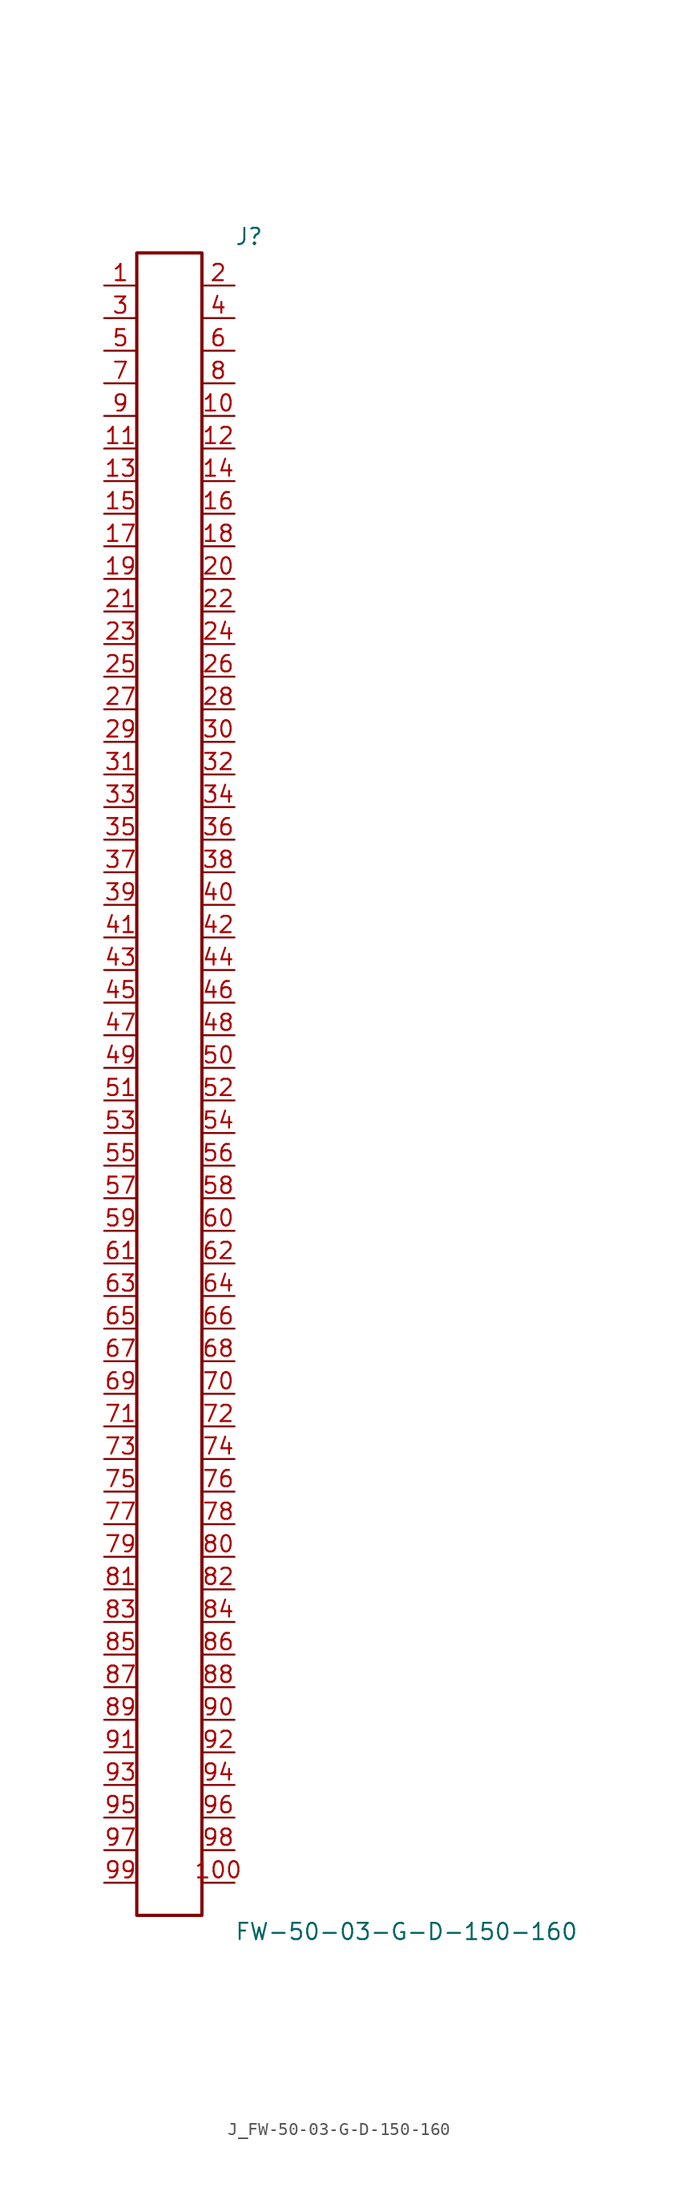
<source format=kicad_sym>
(kicad_symbol_lib
  (version 20231120)
  (generator kicad_symbol_editor)
  (generator_version 8.0)
  (symbol "J_FW-50-03-G-D-150-160"
    (pin_names
      (offset 0.254))
    (property "Reference" "J"
      (at 5.08 66.04 0)
      (effects (font (size 1.27 1.27)) (justify left)))
    (property "Value" "FW-50-03-G-D-150-160"
      (at 5.08 -66.04 0)
      (effects (font (size 1.27 1.27)) (justify left)))
    (symbol "J_FW-50-03-G-D-150-160_0_0"
      (pin passive line (at -5.08 62.23 0) (length 2.54) (name "" (effects (font (size 1.27 1.27)))) (number "1" (effects (font (size 1.27 1.27)))))
      (pin passive line (at 5.08 62.23 180) (length 2.54) (name "" (effects (font (size 1.27 1.27)))) (number "2" (effects (font (size 1.27 1.27)))))
      (pin passive line (at -5.08 59.69 0) (length 2.54) (name "" (effects (font (size 1.27 1.27)))) (number "3" (effects (font (size 1.27 1.27)))))
      (pin passive line (at 5.08 59.69 180) (length 2.54) (name "" (effects (font (size 1.27 1.27)))) (number "4" (effects (font (size 1.27 1.27)))))
      (pin passive line (at -5.08 57.15 0) (length 2.54) (name "" (effects (font (size 1.27 1.27)))) (number "5" (effects (font (size 1.27 1.27)))))
      (pin passive line (at 5.08 57.15 180) (length 2.54) (name "" (effects (font (size 1.27 1.27)))) (number "6" (effects (font (size 1.27 1.27)))))
      (pin passive line (at -5.08 54.61 0) (length 2.54) (name "" (effects (font (size 1.27 1.27)))) (number "7" (effects (font (size 1.27 1.27)))))
      (pin passive line (at 5.08 54.61 180) (length 2.54) (name "" (effects (font (size 1.27 1.27)))) (number "8" (effects (font (size 1.27 1.27)))))
      (pin passive line (at -5.08 52.07 0) (length 2.54) (name "" (effects (font (size 1.27 1.27)))) (number "9" (effects (font (size 1.27 1.27)))))
      (pin passive line (at 5.08 52.07 180) (length 2.54) (name "" (effects (font (size 1.27 1.27)))) (number "10" (effects (font (size 1.27 1.27)))))
      (pin passive line (at -5.08 49.53 0) (length 2.54) (name "" (effects (font (size 1.27 1.27)))) (number "11" (effects (font (size 1.27 1.27)))))
      (pin passive line (at 5.08 49.53 180) (length 2.54) (name "" (effects (font (size 1.27 1.27)))) (number "12" (effects (font (size 1.27 1.27)))))
      (pin passive line (at -5.08 46.99 0) (length 2.54) (name "" (effects (font (size 1.27 1.27)))) (number "13" (effects (font (size 1.27 1.27)))))
      (pin passive line (at 5.08 46.99 180) (length 2.54) (name "" (effects (font (size 1.27 1.27)))) (number "14" (effects (font (size 1.27 1.27)))))
      (pin passive line (at -5.08 44.45 0) (length 2.54) (name "" (effects (font (size 1.27 1.27)))) (number "15" (effects (font (size 1.27 1.27)))))
      (pin passive line (at 5.08 44.45 180) (length 2.54) (name "" (effects (font (size 1.27 1.27)))) (number "16" (effects (font (size 1.27 1.27)))))
      (pin passive line (at -5.08 41.91 0) (length 2.54) (name "" (effects (font (size 1.27 1.27)))) (number "17" (effects (font (size 1.27 1.27)))))
      (pin passive line (at 5.08 41.91 180) (length 2.54) (name "" (effects (font (size 1.27 1.27)))) (number "18" (effects (font (size 1.27 1.27)))))
      (pin passive line (at -5.08 39.37 0) (length 2.54) (name "" (effects (font (size 1.27 1.27)))) (number "19" (effects (font (size 1.27 1.27)))))
      (pin passive line (at 5.08 39.37 180) (length 2.54) (name "" (effects (font (size 1.27 1.27)))) (number "20" (effects (font (size 1.27 1.27)))))
      (pin passive line (at -5.08 36.83 0) (length 2.54) (name "" (effects (font (size 1.27 1.27)))) (number "21" (effects (font (size 1.27 1.27)))))
      (pin passive line (at 5.08 36.83 180) (length 2.54) (name "" (effects (font (size 1.27 1.27)))) (number "22" (effects (font (size 1.27 1.27)))))
      (pin passive line (at -5.08 34.29 0) (length 2.54) (name "" (effects (font (size 1.27 1.27)))) (number "23" (effects (font (size 1.27 1.27)))))
      (pin passive line (at 5.08 34.29 180) (length 2.54) (name "" (effects (font (size 1.27 1.27)))) (number "24" (effects (font (size 1.27 1.27)))))
      (pin passive line (at -5.08 31.75 0) (length 2.54) (name "" (effects (font (size 1.27 1.27)))) (number "25" (effects (font (size 1.27 1.27)))))
      (pin passive line (at 5.08 31.75 180) (length 2.54) (name "" (effects (font (size 1.27 1.27)))) (number "26" (effects (font (size 1.27 1.27)))))
      (pin passive line (at -5.08 29.21 0) (length 2.54) (name "" (effects (font (size 1.27 1.27)))) (number "27" (effects (font (size 1.27 1.27)))))
      (pin passive line (at 5.08 29.21 180) (length 2.54) (name "" (effects (font (size 1.27 1.27)))) (number "28" (effects (font (size 1.27 1.27)))))
      (pin passive line (at -5.08 26.67 0) (length 2.54) (name "" (effects (font (size 1.27 1.27)))) (number "29" (effects (font (size 1.27 1.27)))))
      (pin passive line (at 5.08 26.67 180) (length 2.54) (name "" (effects (font (size 1.27 1.27)))) (number "30" (effects (font (size 1.27 1.27)))))
      (pin passive line (at -5.08 24.13 0) (length 2.54) (name "" (effects (font (size 1.27 1.27)))) (number "31" (effects (font (size 1.27 1.27)))))
      (pin passive line (at 5.08 24.13 180) (length 2.54) (name "" (effects (font (size 1.27 1.27)))) (number "32" (effects (font (size 1.27 1.27)))))
      (pin passive line (at -5.08 21.59 0) (length 2.54) (name "" (effects (font (size 1.27 1.27)))) (number "33" (effects (font (size 1.27 1.27)))))
      (pin passive line (at 5.08 21.59 180) (length 2.54) (name "" (effects (font (size 1.27 1.27)))) (number "34" (effects (font (size 1.27 1.27)))))
      (pin passive line (at -5.08 19.05 0) (length 2.54) (name "" (effects (font (size 1.27 1.27)))) (number "35" (effects (font (size 1.27 1.27)))))
      (pin passive line (at 5.08 19.05 180) (length 2.54) (name "" (effects (font (size 1.27 1.27)))) (number "36" (effects (font (size 1.27 1.27)))))
      (pin passive line (at -5.08 16.51 0) (length 2.54) (name "" (effects (font (size 1.27 1.27)))) (number "37" (effects (font (size 1.27 1.27)))))
      (pin passive line (at 5.08 16.51 180) (length 2.54) (name "" (effects (font (size 1.27 1.27)))) (number "38" (effects (font (size 1.27 1.27)))))
      (pin passive line (at -5.08 13.97 0) (length 2.54) (name "" (effects (font (size 1.27 1.27)))) (number "39" (effects (font (size 1.27 1.27)))))
      (pin passive line (at 5.08 13.97 180) (length 2.54) (name "" (effects (font (size 1.27 1.27)))) (number "40" (effects (font (size 1.27 1.27)))))
      (pin passive line (at -5.08 11.43 0) (length 2.54) (name "" (effects (font (size 1.27 1.27)))) (number "41" (effects (font (size 1.27 1.27)))))
      (pin passive line (at 5.08 11.43 180) (length 2.54) (name "" (effects (font (size 1.27 1.27)))) (number "42" (effects (font (size 1.27 1.27)))))
      (pin passive line (at -5.08 8.89 0) (length 2.54) (name "" (effects (font (size 1.27 1.27)))) (number "43" (effects (font (size 1.27 1.27)))))
      (pin passive line (at 5.08 8.89 180) (length 2.54) (name "" (effects (font (size 1.27 1.27)))) (number "44" (effects (font (size 1.27 1.27)))))
      (pin passive line (at -5.08 6.35 0) (length 2.54) (name "" (effects (font (size 1.27 1.27)))) (number "45" (effects (font (size 1.27 1.27)))))
      (pin passive line (at 5.08 6.35 180) (length 2.54) (name "" (effects (font (size 1.27 1.27)))) (number "46" (effects (font (size 1.27 1.27)))))
      (pin passive line (at -5.08 3.81 0) (length 2.54) (name "" (effects (font (size 1.27 1.27)))) (number "47" (effects (font (size 1.27 1.27)))))
      (pin passive line (at 5.08 3.81 180) (length 2.54) (name "" (effects (font (size 1.27 1.27)))) (number "48" (effects (font (size 1.27 1.27)))))
      (pin passive line (at -5.08 1.27 0) (length 2.54) (name "" (effects (font (size 1.27 1.27)))) (number "49" (effects (font (size 1.27 1.27)))))
      (pin passive line (at 5.08 1.27 180) (length 2.54) (name "" (effects (font (size 1.27 1.27)))) (number "50" (effects (font (size 1.27 1.27)))))
      (pin passive line (at -5.08 -1.27 0) (length 2.54) (name "" (effects (font (size 1.27 1.27)))) (number "51" (effects (font (size 1.27 1.27)))))
      (pin passive line (at 5.08 -1.27 180) (length 2.54) (name "" (effects (font (size 1.27 1.27)))) (number "52" (effects (font (size 1.27 1.27)))))
      (pin passive line (at -5.08 -3.81 0) (length 2.54) (name "" (effects (font (size 1.27 1.27)))) (number "53" (effects (font (size 1.27 1.27)))))
      (pin passive line (at 5.08 -3.81 180) (length 2.54) (name "" (effects (font (size 1.27 1.27)))) (number "54" (effects (font (size 1.27 1.27)))))
      (pin passive line (at -5.08 -6.35 0) (length 2.54) (name "" (effects (font (size 1.27 1.27)))) (number "55" (effects (font (size 1.27 1.27)))))
      (pin passive line (at 5.08 -6.35 180) (length 2.54) (name "" (effects (font (size 1.27 1.27)))) (number "56" (effects (font (size 1.27 1.27)))))
      (pin passive line (at -5.08 -8.89 0) (length 2.54) (name "" (effects (font (size 1.27 1.27)))) (number "57" (effects (font (size 1.27 1.27)))))
      (pin passive line (at 5.08 -8.89 180) (length 2.54) (name "" (effects (font (size 1.27 1.27)))) (number "58" (effects (font (size 1.27 1.27)))))
      (pin passive line (at -5.08 -11.43 0) (length 2.54) (name "" (effects (font (size 1.27 1.27)))) (number "59" (effects (font (size 1.27 1.27)))))
      (pin passive line (at 5.08 -11.43 180) (length 2.54) (name "" (effects (font (size 1.27 1.27)))) (number "60" (effects (font (size 1.27 1.27)))))
      (pin passive line (at -5.08 -13.97 0) (length 2.54) (name "" (effects (font (size 1.27 1.27)))) (number "61" (effects (font (size 1.27 1.27)))))
      (pin passive line (at 5.08 -13.97 180) (length 2.54) (name "" (effects (font (size 1.27 1.27)))) (number "62" (effects (font (size 1.27 1.27)))))
      (pin passive line (at -5.08 -16.51 0) (length 2.54) (name "" (effects (font (size 1.27 1.27)))) (number "63" (effects (font (size 1.27 1.27)))))
      (pin passive line (at 5.08 -16.51 180) (length 2.54) (name "" (effects (font (size 1.27 1.27)))) (number "64" (effects (font (size 1.27 1.27)))))
      (pin passive line (at -5.08 -19.05 0) (length 2.54) (name "" (effects (font (size 1.27 1.27)))) (number "65" (effects (font (size 1.27 1.27)))))
      (pin passive line (at 5.08 -19.05 180) (length 2.54) (name "" (effects (font (size 1.27 1.27)))) (number "66" (effects (font (size 1.27 1.27)))))
      (pin passive line (at -5.08 -21.59 0) (length 2.54) (name "" (effects (font (size 1.27 1.27)))) (number "67" (effects (font (size 1.27 1.27)))))
      (pin passive line (at 5.08 -21.59 180) (length 2.54) (name "" (effects (font (size 1.27 1.27)))) (number "68" (effects (font (size 1.27 1.27)))))
      (pin passive line (at -5.08 -24.13 0) (length 2.54) (name "" (effects (font (size 1.27 1.27)))) (number "69" (effects (font (size 1.27 1.27)))))
      (pin passive line (at 5.08 -24.13 180) (length 2.54) (name "" (effects (font (size 1.27 1.27)))) (number "70" (effects (font (size 1.27 1.27)))))
      (pin passive line (at -5.08 -26.67 0) (length 2.54) (name "" (effects (font (size 1.27 1.27)))) (number "71" (effects (font (size 1.27 1.27)))))
      (pin passive line (at 5.08 -26.67 180) (length 2.54) (name "" (effects (font (size 1.27 1.27)))) (number "72" (effects (font (size 1.27 1.27)))))
      (pin passive line (at -5.08 -29.21 0) (length 2.54) (name "" (effects (font (size 1.27 1.27)))) (number "73" (effects (font (size 1.27 1.27)))))
      (pin passive line (at 5.08 -29.21 180) (length 2.54) (name "" (effects (font (size 1.27 1.27)))) (number "74" (effects (font (size 1.27 1.27)))))
      (pin passive line (at -5.08 -31.75 0) (length 2.54) (name "" (effects (font (size 1.27 1.27)))) (number "75" (effects (font (size 1.27 1.27)))))
      (pin passive line (at 5.08 -31.75 180) (length 2.54) (name "" (effects (font (size 1.27 1.27)))) (number "76" (effects (font (size 1.27 1.27)))))
      (pin passive line (at -5.08 -34.29 0) (length 2.54) (name "" (effects (font (size 1.27 1.27)))) (number "77" (effects (font (size 1.27 1.27)))))
      (pin passive line (at 5.08 -34.29 180) (length 2.54) (name "" (effects (font (size 1.27 1.27)))) (number "78" (effects (font (size 1.27 1.27)))))
      (pin passive line (at -5.08 -36.83 0) (length 2.54) (name "" (effects (font (size 1.27 1.27)))) (number "79" (effects (font (size 1.27 1.27)))))
      (pin passive line (at 5.08 -36.83 180) (length 2.54) (name "" (effects (font (size 1.27 1.27)))) (number "80" (effects (font (size 1.27 1.27)))))
      (pin passive line (at -5.08 -39.37 0) (length 2.54) (name "" (effects (font (size 1.27 1.27)))) (number "81" (effects (font (size 1.27 1.27)))))
      (pin passive line (at 5.08 -39.37 180) (length 2.54) (name "" (effects (font (size 1.27 1.27)))) (number "82" (effects (font (size 1.27 1.27)))))
      (pin passive line (at -5.08 -41.91 0) (length 2.54) (name "" (effects (font (size 1.27 1.27)))) (number "83" (effects (font (size 1.27 1.27)))))
      (pin passive line (at 5.08 -41.91 180) (length 2.54) (name "" (effects (font (size 1.27 1.27)))) (number "84" (effects (font (size 1.27 1.27)))))
      (pin passive line (at -5.08 -44.45 0) (length 2.54) (name "" (effects (font (size 1.27 1.27)))) (number "85" (effects (font (size 1.27 1.27)))))
      (pin passive line (at 5.08 -44.45 180) (length 2.54) (name "" (effects (font (size 1.27 1.27)))) (number "86" (effects (font (size 1.27 1.27)))))
      (pin passive line (at -5.08 -46.99 0) (length 2.54) (name "" (effects (font (size 1.27 1.27)))) (number "87" (effects (font (size 1.27 1.27)))))
      (pin passive line (at 5.08 -46.99 180) (length 2.54) (name "" (effects (font (size 1.27 1.27)))) (number "88" (effects (font (size 1.27 1.27)))))
      (pin passive line (at -5.08 -49.53 0) (length 2.54) (name "" (effects (font (size 1.27 1.27)))) (number "89" (effects (font (size 1.27 1.27)))))
      (pin passive line (at 5.08 -49.53 180) (length 2.54) (name "" (effects (font (size 1.27 1.27)))) (number "90" (effects (font (size 1.27 1.27)))))
      (pin passive line (at -5.08 -52.07 0) (length 2.54) (name "" (effects (font (size 1.27 1.27)))) (number "91" (effects (font (size 1.27 1.27)))))
      (pin passive line (at 5.08 -52.07 180) (length 2.54) (name "" (effects (font (size 1.27 1.27)))) (number "92" (effects (font (size 1.27 1.27)))))
      (pin passive line (at -5.08 -54.61 0) (length 2.54) (name "" (effects (font (size 1.27 1.27)))) (number "93" (effects (font (size 1.27 1.27)))))
      (pin passive line (at 5.08 -54.61 180) (length 2.54) (name "" (effects (font (size 1.27 1.27)))) (number "94" (effects (font (size 1.27 1.27)))))
      (pin passive line (at -5.08 -57.15 0) (length 2.54) (name "" (effects (font (size 1.27 1.27)))) (number "95" (effects (font (size 1.27 1.27)))))
      (pin passive line (at 5.08 -57.15 180) (length 2.54) (name "" (effects (font (size 1.27 1.27)))) (number "96" (effects (font (size 1.27 1.27)))))
      (pin passive line (at -5.08 -59.69 0) (length 2.54) (name "" (effects (font (size 1.27 1.27)))) (number "97" (effects (font (size 1.27 1.27)))))
      (pin passive line (at 5.08 -59.69 180) (length 2.54) (name "" (effects (font (size 1.27 1.27)))) (number "98" (effects (font (size 1.27 1.27)))))
      (pin passive line (at -5.08 -62.23 0) (length 2.54) (name "" (effects (font (size 1.27 1.27)))) (number "99" (effects (font (size 1.27 1.27)))))
      (pin passive line (at 5.08 -62.23 180) (length 2.54) (name "" (effects (font (size 1.27 1.27)))) (number "100" (effects (font (size 1.27 1.27))))))
    (symbol "J_FW-50-03-G-D-150-160_1_0"
      (rectangle (start -2.54 64.77) (end 2.54 -64.77) (stroke (width 0.254) (type solid)) (fill (type none))))))
</source>
